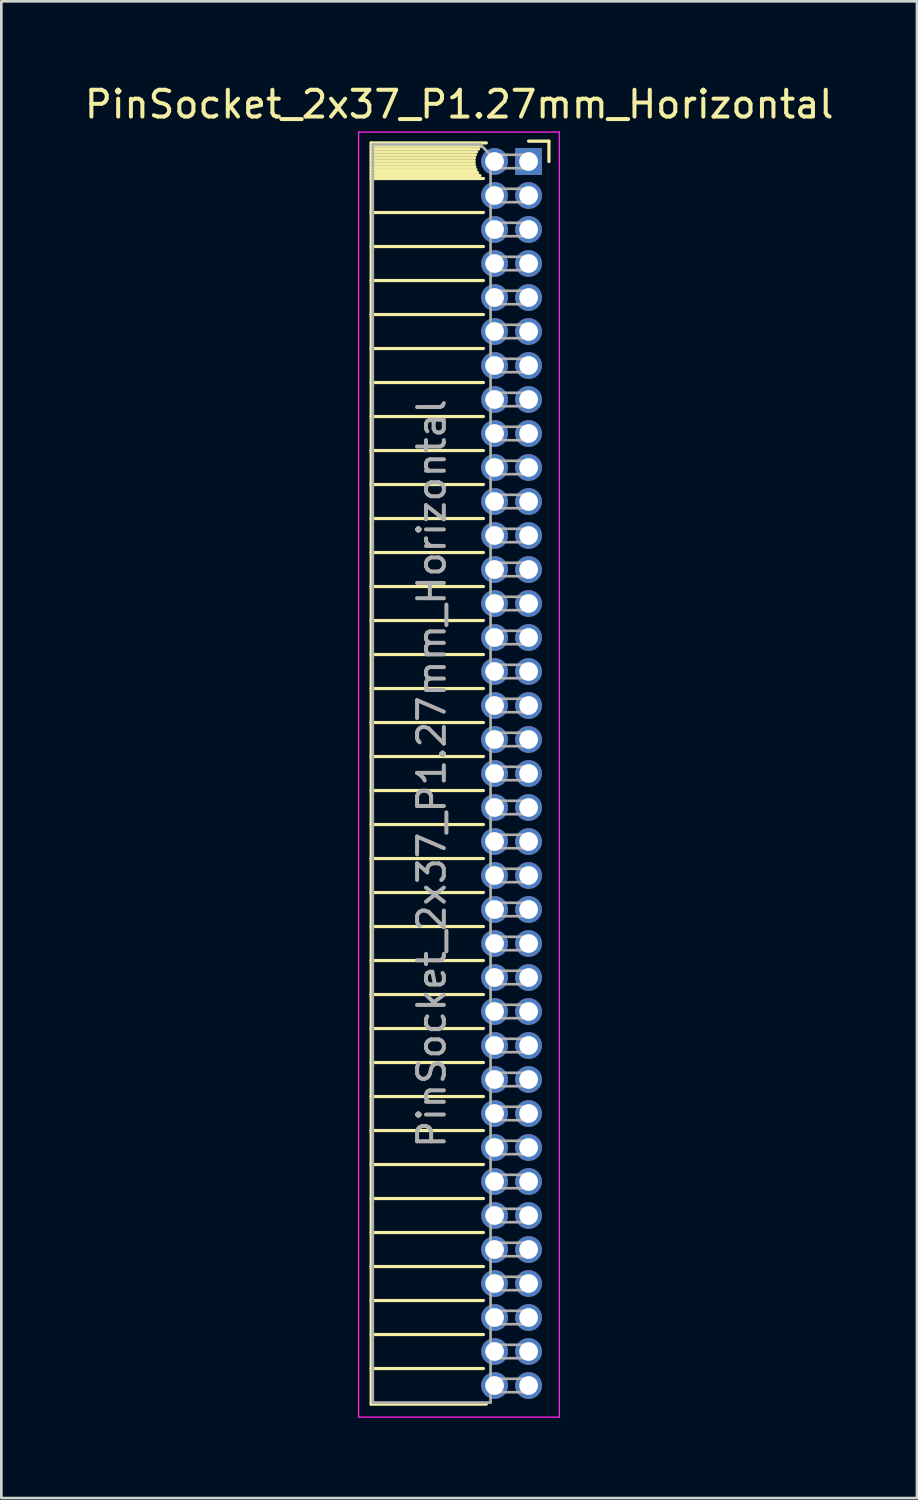
<source format=kicad_pcb>
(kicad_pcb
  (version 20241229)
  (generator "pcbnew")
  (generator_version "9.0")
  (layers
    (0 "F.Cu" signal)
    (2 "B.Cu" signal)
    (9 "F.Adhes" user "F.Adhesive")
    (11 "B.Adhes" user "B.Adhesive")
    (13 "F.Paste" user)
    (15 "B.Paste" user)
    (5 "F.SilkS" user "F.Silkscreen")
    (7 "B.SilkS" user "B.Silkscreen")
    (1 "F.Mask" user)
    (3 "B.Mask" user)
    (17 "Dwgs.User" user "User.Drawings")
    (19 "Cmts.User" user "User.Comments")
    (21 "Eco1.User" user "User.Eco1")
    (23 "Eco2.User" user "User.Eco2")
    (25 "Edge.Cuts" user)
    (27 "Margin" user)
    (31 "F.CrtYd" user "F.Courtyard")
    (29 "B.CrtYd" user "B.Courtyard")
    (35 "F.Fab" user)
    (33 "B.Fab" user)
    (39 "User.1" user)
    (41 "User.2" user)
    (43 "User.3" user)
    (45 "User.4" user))
  (footprint "PinSocket_2x37_P1.27mm_Horizontal"
    (layer "F.Cu")
    (at 16.694 2.983)
    (property "Reference" "PinSocket_2x37_P1.27mm_Horizontal" (at -2.592 -2.135 0) (layer "F.SilkS") (effects (font (size 1 1) (thickness 0.15))))
    (attr through_hole)
    (fp_line (start -5.88 -0.695) (end -5.88 46.415) (stroke (width 0.12) (type solid)) (layer "F.SilkS"))
    (fp_line (start -5.88 -0.695) (end -1.578 -0.695) (stroke (width 0.12) (type solid)) (layer "F.SilkS"))
    (fp_line (start -5.88 -0.575) (end -1.767 -0.575) (stroke (width 0.12) (type solid)) (layer "F.SilkS"))
    (fp_line (start -5.88 -0.465) (end -1.871 -0.465) (stroke (width 0.12) (type solid)) (layer "F.SilkS"))
    (fp_line (start -5.88 -0.355) (end -1.942 -0.355) (stroke (width 0.12) (type solid)) (layer "F.SilkS"))
    (fp_line (start -5.88 -0.245) (end -1.989 -0.245) (stroke (width 0.12) (type solid)) (layer "F.SilkS"))
    (fp_line (start -5.88 -0.135) (end -2.018 -0.135) (stroke (width 0.12) (type solid)) (layer "F.SilkS"))
    (fp_line (start -5.88 -0.025) (end -2.03 -0.025) (stroke (width 0.12) (type solid)) (layer "F.SilkS"))
    (fp_line (start -5.88 0.085) (end -2.025 0.085) (stroke (width 0.12) (type solid)) (layer "F.SilkS"))
    (fp_line (start -5.88 0.195) (end -2.005 0.195) (stroke (width 0.12) (type solid)) (layer "F.SilkS"))
    (fp_line (start -5.88 0.305) (end -1.966 0.305) (stroke (width 0.12) (type solid)) (layer "F.SilkS"))
    (fp_line (start -5.88 0.415) (end -1.907 0.415) (stroke (width 0.12) (type solid)) (layer "F.SilkS"))
    (fp_line (start -5.88 0.525) (end -1.82 0.525) (stroke (width 0.12) (type solid)) (layer "F.SilkS"))
    (fp_line (start -5.88 0.635) (end -1.688 0.635) (stroke (width 0.12) (type solid)) (layer "F.SilkS"))
    (fp_line (start -5.88 1.905) (end -1.688 1.905) (stroke (width 0.12) (type solid)) (layer "F.SilkS"))
    (fp_line (start -5.88 3.175) (end -1.688 3.175) (stroke (width 0.12) (type solid)) (layer "F.SilkS"))
    (fp_line (start -5.88 4.445) (end -1.688 4.445) (stroke (width 0.12) (type solid)) (layer "F.SilkS"))
    (fp_line (start -5.88 5.715) (end -1.688 5.715) (stroke (width 0.12) (type solid)) (layer "F.SilkS"))
    (fp_line (start -5.88 6.985) (end -1.688 6.985) (stroke (width 0.12) (type solid)) (layer "F.SilkS"))
    (fp_line (start -5.88 8.255) (end -1.688 8.255) (stroke (width 0.12) (type solid)) (layer "F.SilkS"))
    (fp_line (start -5.88 9.525) (end -1.688 9.525) (stroke (width 0.12) (type solid)) (layer "F.SilkS"))
    (fp_line (start -5.88 10.795) (end -1.688 10.795) (stroke (width 0.12) (type solid)) (layer "F.SilkS"))
    (fp_line (start -5.88 12.065) (end -1.688 12.065) (stroke (width 0.12) (type solid)) (layer "F.SilkS"))
    (fp_line (start -5.88 13.335) (end -1.688 13.335) (stroke (width 0.12) (type solid)) (layer "F.SilkS"))
    (fp_line (start -5.88 14.605) (end -1.688 14.605) (stroke (width 0.12) (type solid)) (layer "F.SilkS"))
    (fp_line (start -5.88 15.875) (end -1.688 15.875) (stroke (width 0.12) (type solid)) (layer "F.SilkS"))
    (fp_line (start -5.88 17.145) (end -1.688 17.145) (stroke (width 0.12) (type solid)) (layer "F.SilkS"))
    (fp_line (start -5.88 18.415) (end -1.688 18.415) (stroke (width 0.12) (type solid)) (layer "F.SilkS"))
    (fp_line (start -5.88 19.685) (end -1.688 19.685) (stroke (width 0.12) (type solid)) (layer "F.SilkS"))
    (fp_line (start -5.88 20.955) (end -1.688 20.955) (stroke (width 0.12) (type solid)) (layer "F.SilkS"))
    (fp_line (start -5.88 22.225) (end -1.688 22.225) (stroke (width 0.12) (type solid)) (layer "F.SilkS"))
    (fp_line (start -5.88 23.495) (end -1.688 23.495) (stroke (width 0.12) (type solid)) (layer "F.SilkS"))
    (fp_line (start -5.88 24.765) (end -1.688 24.765) (stroke (width 0.12) (type solid)) (layer "F.SilkS"))
    (fp_line (start -5.88 26.035) (end -1.688 26.035) (stroke (width 0.12) (type solid)) (layer "F.SilkS"))
    (fp_line (start -5.88 27.305) (end -1.688 27.305) (stroke (width 0.12) (type solid)) (layer "F.SilkS"))
    (fp_line (start -5.88 28.575) (end -1.688 28.575) (stroke (width 0.12) (type solid)) (layer "F.SilkS"))
    (fp_line (start -5.88 29.845) (end -1.688 29.845) (stroke (width 0.12) (type solid)) (layer "F.SilkS"))
    (fp_line (start -5.88 31.115) (end -1.688 31.115) (stroke (width 0.12) (type solid)) (layer "F.SilkS"))
    (fp_line (start -5.88 32.385) (end -1.688 32.385) (stroke (width 0.12) (type solid)) (layer "F.SilkS"))
    (fp_line (start -5.88 33.655) (end -1.688 33.655) (stroke (width 0.12) (type solid)) (layer "F.SilkS"))
    (fp_line (start -5.88 34.925) (end -1.688 34.925) (stroke (width 0.12) (type solid)) (layer "F.SilkS"))
    (fp_line (start -5.88 36.195) (end -1.688 36.195) (stroke (width 0.12) (type solid)) (layer "F.SilkS"))
    (fp_line (start -5.88 37.465) (end -1.688 37.465) (stroke (width 0.12) (type solid)) (layer "F.SilkS"))
    (fp_line (start -5.88 38.735) (end -1.688 38.735) (stroke (width 0.12) (type solid)) (layer "F.SilkS"))
    (fp_line (start -5.88 40.005) (end -1.688 40.005) (stroke (width 0.12) (type solid)) (layer "F.SilkS"))
    (fp_line (start -5.88 41.275) (end -1.688 41.275) (stroke (width 0.12) (type solid)) (layer "F.SilkS"))
    (fp_line (start -5.88 42.545) (end -1.688 42.545) (stroke (width 0.12) (type solid)) (layer "F.SilkS"))
    (fp_line (start -5.88 43.815) (end -1.688 43.815) (stroke (width 0.12) (type solid)) (layer "F.SilkS"))
    (fp_line (start -5.88 45.085) (end -1.688 45.085) (stroke (width 0.12) (type solid)) (layer "F.SilkS"))
    (fp_line (start -5.88 46.415) (end -1.578 46.415) (stroke (width 0.12) (type solid)) (layer "F.SilkS"))
    (fp_line (start 0 -0.76) (end 0.76 -0.76) (stroke (width 0.12) (type solid)) (layer "F.SilkS"))
    (fp_line (start 0.76 -0.76) (end 0.76 0) (stroke (width 0.12) (type solid)) (layer "F.SilkS"))
    (fp_line (start -6.35 -1.1) (end -6.35 46.9) (stroke (width 0.05) (type solid)) (layer "F.CrtYd"))
    (fp_line (start -6.35 46.9) (end 1.15 46.9) (stroke (width 0.05) (type solid)) (layer "F.CrtYd"))
    (fp_line (start 1.15 -1.1) (end -6.35 -1.1) (stroke (width 0.05) (type solid)) (layer "F.CrtYd"))
    (fp_line (start 1.15 46.9) (end 1.15 -1.1) (stroke (width 0.05) (type solid)) (layer "F.CrtYd"))
    (fp_line (start -5.82 -0.635) (end -1.805 -0.635) (stroke (width 0.1) (type solid)) (layer "F.Fab"))
    (fp_line (start -5.82 46.355) (end -5.82 -0.635) (stroke (width 0.1) (type solid)) (layer "F.Fab"))
    (fp_line (start -1.805 -0.635) (end -1.42 -0.25) (stroke (width 0.1) (type solid)) (layer "F.Fab"))
    (fp_line (start -1.42 -0.25) (end -1.42 46.355) (stroke (width 0.1) (type solid)) (layer "F.Fab"))
    (fp_line (start -1.42 0.25) (end 0 0.25) (stroke (width 0.1) (type solid)) (layer "F.Fab"))
    (fp_line (start -1.42 1.52) (end 0 1.52) (stroke (width 0.1) (type solid)) (layer "F.Fab"))
    (fp_line (start -1.42 2.79) (end 0 2.79) (stroke (width 0.1) (type solid)) (layer "F.Fab"))
    (fp_line (start -1.42 4.06) (end 0 4.06) (stroke (width 0.1) (type solid)) (layer "F.Fab"))
    (fp_line (start -1.42 5.33) (end 0 5.33) (stroke (width 0.1) (type solid)) (layer "F.Fab"))
    (fp_line (start -1.42 6.6) (end 0 6.6) (stroke (width 0.1) (type solid)) (layer "F.Fab"))
    (fp_line (start -1.42 7.87) (end 0 7.87) (stroke (width 0.1) (type solid)) (layer "F.Fab"))
    (fp_line (start -1.42 9.14) (end 0 9.14) (stroke (width 0.1) (type solid)) (layer "F.Fab"))
    (fp_line (start -1.42 10.41) (end 0 10.41) (stroke (width 0.1) (type solid)) (layer "F.Fab"))
    (fp_line (start -1.42 11.68) (end 0 11.68) (stroke (width 0.1) (type solid)) (layer "F.Fab"))
    (fp_line (start -1.42 12.95) (end 0 12.95) (stroke (width 0.1) (type solid)) (layer "F.Fab"))
    (fp_line (start -1.42 14.22) (end 0 14.22) (stroke (width 0.1) (type solid)) (layer "F.Fab"))
    (fp_line (start -1.42 15.49) (end 0 15.49) (stroke (width 0.1) (type solid)) (layer "F.Fab"))
    (fp_line (start -1.42 16.76) (end 0 16.76) (stroke (width 0.1) (type solid)) (layer "F.Fab"))
    (fp_line (start -1.42 18.03) (end 0 18.03) (stroke (width 0.1) (type solid)) (layer "F.Fab"))
    (fp_line (start -1.42 19.3) (end 0 19.3) (stroke (width 0.1) (type solid)) (layer "F.Fab"))
    (fp_line (start -1.42 20.57) (end 0 20.57) (stroke (width 0.1) (type solid)) (layer "F.Fab"))
    (fp_line (start -1.42 21.84) (end 0 21.84) (stroke (width 0.1) (type solid)) (layer "F.Fab"))
    (fp_line (start -1.42 23.11) (end 0 23.11) (stroke (width 0.1) (type solid)) (layer "F.Fab"))
    (fp_line (start -1.42 24.38) (end 0 24.38) (stroke (width 0.1) (type solid)) (layer "F.Fab"))
    (fp_line (start -1.42 25.65) (end 0 25.65) (stroke (width 0.1) (type solid)) (layer "F.Fab"))
    (fp_line (start -1.42 26.92) (end 0 26.92) (stroke (width 0.1) (type solid)) (layer "F.Fab"))
    (fp_line (start -1.42 28.19) (end 0 28.19) (stroke (width 0.1) (type solid)) (layer "F.Fab"))
    (fp_line (start -1.42 29.46) (end 0 29.46) (stroke (width 0.1) (type solid)) (layer "F.Fab"))
    (fp_line (start -1.42 30.73) (end 0 30.73) (stroke (width 0.1) (type solid)) (layer "F.Fab"))
    (fp_line (start -1.42 32) (end 0 32) (stroke (width 0.1) (type solid)) (layer "F.Fab"))
    (fp_line (start -1.42 33.27) (end 0 33.27) (stroke (width 0.1) (type solid)) (layer "F.Fab"))
    (fp_line (start -1.42 34.54) (end 0 34.54) (stroke (width 0.1) (type solid)) (layer "F.Fab"))
    (fp_line (start -1.42 35.81) (end 0 35.81) (stroke (width 0.1) (type solid)) (layer "F.Fab"))
    (fp_line (start -1.42 37.08) (end 0 37.08) (stroke (width 0.1) (type solid)) (layer "F.Fab"))
    (fp_line (start -1.42 38.35) (end 0 38.35) (stroke (width 0.1) (type solid)) (layer "F.Fab"))
    (fp_line (start -1.42 39.62) (end 0 39.62) (stroke (width 0.1) (type solid)) (layer "F.Fab"))
    (fp_line (start -1.42 40.89) (end 0 40.89) (stroke (width 0.1) (type solid)) (layer "F.Fab"))
    (fp_line (start -1.42 42.16) (end 0 42.16) (stroke (width 0.1) (type solid)) (layer "F.Fab"))
    (fp_line (start -1.42 43.43) (end 0 43.43) (stroke (width 0.1) (type solid)) (layer "F.Fab"))
    (fp_line (start -1.42 44.7) (end 0 44.7) (stroke (width 0.1) (type solid)) (layer "F.Fab"))
    (fp_line (start -1.42 45.97) (end 0 45.97) (stroke (width 0.1) (type solid)) (layer "F.Fab"))
    (fp_line (start -1.42 46.355) (end -5.82 46.355) (stroke (width 0.1) (type solid)) (layer "F.Fab"))
    (fp_line (start 0 -0.25) (end -1.42 -0.25) (stroke (width 0.1) (type solid)) (layer "F.Fab"))
    (fp_line (start 0 0.25) (end 0 -0.25) (stroke (width 0.1) (type solid)) (layer "F.Fab"))
    (fp_line (start 0 1.02) (end -1.42 1.02) (stroke (width 0.1) (type solid)) (layer "F.Fab"))
    (fp_line (start 0 1.52) (end 0 1.02) (stroke (width 0.1) (type solid)) (layer "F.Fab"))
    (fp_line (start 0 2.29) (end -1.42 2.29) (stroke (width 0.1) (type solid)) (layer "F.Fab"))
    (fp_line (start 0 2.79) (end 0 2.29) (stroke (width 0.1) (type solid)) (layer "F.Fab"))
    (fp_line (start 0 3.56) (end -1.42 3.56) (stroke (width 0.1) (type solid)) (layer "F.Fab"))
    (fp_line (start 0 4.06) (end 0 3.56) (stroke (width 0.1) (type solid)) (layer "F.Fab"))
    (fp_line (start 0 4.83) (end -1.42 4.83) (stroke (width 0.1) (type solid)) (layer "F.Fab"))
    (fp_line (start 0 5.33) (end 0 4.83) (stroke (width 0.1) (type solid)) (layer "F.Fab"))
    (fp_line (start 0 6.1) (end -1.42 6.1) (stroke (width 0.1) (type solid)) (layer "F.Fab"))
    (fp_line (start 0 6.6) (end 0 6.1) (stroke (width 0.1) (type solid)) (layer "F.Fab"))
    (fp_line (start 0 7.37) (end -1.42 7.37) (stroke (width 0.1) (type solid)) (layer "F.Fab"))
    (fp_line (start 0 7.87) (end 0 7.37) (stroke (width 0.1) (type solid)) (layer "F.Fab"))
    (fp_line (start 0 8.64) (end -1.42 8.64) (stroke (width 0.1) (type solid)) (layer "F.Fab"))
    (fp_line (start 0 9.14) (end 0 8.64) (stroke (width 0.1) (type solid)) (layer "F.Fab"))
    (fp_line (start 0 9.91) (end -1.42 9.91) (stroke (width 0.1) (type solid)) (layer "F.Fab"))
    (fp_line (start 0 10.41) (end 0 9.91) (stroke (width 0.1) (type solid)) (layer "F.Fab"))
    (fp_line (start 0 11.18) (end -1.42 11.18) (stroke (width 0.1) (type solid)) (layer "F.Fab"))
    (fp_line (start 0 11.68) (end 0 11.18) (stroke (width 0.1) (type solid)) (layer "F.Fab"))
    (fp_line (start 0 12.45) (end -1.42 12.45) (stroke (width 0.1) (type solid)) (layer "F.Fab"))
    (fp_line (start 0 12.95) (end 0 12.45) (stroke (width 0.1) (type solid)) (layer "F.Fab"))
    (fp_line (start 0 13.72) (end -1.42 13.72) (stroke (width 0.1) (type solid)) (layer "F.Fab"))
    (fp_line (start 0 14.22) (end 0 13.72) (stroke (width 0.1) (type solid)) (layer "F.Fab"))
    (fp_line (start 0 14.99) (end -1.42 14.99) (stroke (width 0.1) (type solid)) (layer "F.Fab"))
    (fp_line (start 0 15.49) (end 0 14.99) (stroke (width 0.1) (type solid)) (layer "F.Fab"))
    (fp_line (start 0 16.26) (end -1.42 16.26) (stroke (width 0.1) (type solid)) (layer "F.Fab"))
    (fp_line (start 0 16.76) (end 0 16.26) (stroke (width 0.1) (type solid)) (layer "F.Fab"))
    (fp_line (start 0 17.53) (end -1.42 17.53) (stroke (width 0.1) (type solid)) (layer "F.Fab"))
    (fp_line (start 0 18.03) (end 0 17.53) (stroke (width 0.1) (type solid)) (layer "F.Fab"))
    (fp_line (start 0 18.8) (end -1.42 18.8) (stroke (width 0.1) (type solid)) (layer "F.Fab"))
    (fp_line (start 0 19.3) (end 0 18.8) (stroke (width 0.1) (type solid)) (layer "F.Fab"))
    (fp_line (start 0 20.07) (end -1.42 20.07) (stroke (width 0.1) (type solid)) (layer "F.Fab"))
    (fp_line (start 0 20.57) (end 0 20.07) (stroke (width 0.1) (type solid)) (layer "F.Fab"))
    (fp_line (start 0 21.34) (end -1.42 21.34) (stroke (width 0.1) (type solid)) (layer "F.Fab"))
    (fp_line (start 0 21.84) (end 0 21.34) (stroke (width 0.1) (type solid)) (layer "F.Fab"))
    (fp_line (start 0 22.61) (end -1.42 22.61) (stroke (width 0.1) (type solid)) (layer "F.Fab"))
    (fp_line (start 0 23.11) (end 0 22.61) (stroke (width 0.1) (type solid)) (layer "F.Fab"))
    (fp_line (start 0 23.88) (end -1.42 23.88) (stroke (width 0.1) (type solid)) (layer "F.Fab"))
    (fp_line (start 0 24.38) (end 0 23.88) (stroke (width 0.1) (type solid)) (layer "F.Fab"))
    (fp_line (start 0 25.15) (end -1.42 25.15) (stroke (width 0.1) (type solid)) (layer "F.Fab"))
    (fp_line (start 0 25.65) (end 0 25.15) (stroke (width 0.1) (type solid)) (layer "F.Fab"))
    (fp_line (start 0 26.42) (end -1.42 26.42) (stroke (width 0.1) (type solid)) (layer "F.Fab"))
    (fp_line (start 0 26.92) (end 0 26.42) (stroke (width 0.1) (type solid)) (layer "F.Fab"))
    (fp_line (start 0 27.69) (end -1.42 27.69) (stroke (width 0.1) (type solid)) (layer "F.Fab"))
    (fp_line (start 0 28.19) (end 0 27.69) (stroke (width 0.1) (type solid)) (layer "F.Fab"))
    (fp_line (start 0 28.96) (end -1.42 28.96) (stroke (width 0.1) (type solid)) (layer "F.Fab"))
    (fp_line (start 0 29.46) (end 0 28.96) (stroke (width 0.1) (type solid)) (layer "F.Fab"))
    (fp_line (start 0 30.23) (end -1.42 30.23) (stroke (width 0.1) (type solid)) (layer "F.Fab"))
    (fp_line (start 0 30.73) (end 0 30.23) (stroke (width 0.1) (type solid)) (layer "F.Fab"))
    (fp_line (start 0 31.5) (end -1.42 31.5) (stroke (width 0.1) (type solid)) (layer "F.Fab"))
    (fp_line (start 0 32) (end 0 31.5) (stroke (width 0.1) (type solid)) (layer "F.Fab"))
    (fp_line (start 0 32.77) (end -1.42 32.77) (stroke (width 0.1) (type solid)) (layer "F.Fab"))
    (fp_line (start 0 33.27) (end 0 32.77) (stroke (width 0.1) (type solid)) (layer "F.Fab"))
    (fp_line (start 0 34.04) (end -1.42 34.04) (stroke (width 0.1) (type solid)) (layer "F.Fab"))
    (fp_line (start 0 34.54) (end 0 34.04) (stroke (width 0.1) (type solid)) (layer "F.Fab"))
    (fp_line (start 0 35.31) (end -1.42 35.31) (stroke (width 0.1) (type solid)) (layer "F.Fab"))
    (fp_line (start 0 35.81) (end 0 35.31) (stroke (width 0.1) (type solid)) (layer "F.Fab"))
    (fp_line (start 0 36.58) (end -1.42 36.58) (stroke (width 0.1) (type solid)) (layer "F.Fab"))
    (fp_line (start 0 37.08) (end 0 36.58) (stroke (width 0.1) (type solid)) (layer "F.Fab"))
    (fp_line (start 0 37.85) (end -1.42 37.85) (stroke (width 0.1) (type solid)) (layer "F.Fab"))
    (fp_line (start 0 38.35) (end 0 37.85) (stroke (width 0.1) (type solid)) (layer "F.Fab"))
    (fp_line (start 0 39.12) (end -1.42 39.12) (stroke (width 0.1) (type solid)) (layer "F.Fab"))
    (fp_line (start 0 39.62) (end 0 39.12) (stroke (width 0.1) (type solid)) (layer "F.Fab"))
    (fp_line (start 0 40.39) (end -1.42 40.39) (stroke (width 0.1) (type solid)) (layer "F.Fab"))
    (fp_line (start 0 40.89) (end 0 40.39) (stroke (width 0.1) (type solid)) (layer "F.Fab"))
    (fp_line (start 0 41.66) (end -1.42 41.66) (stroke (width 0.1) (type solid)) (layer "F.Fab"))
    (fp_line (start 0 42.16) (end 0 41.66) (stroke (width 0.1) (type solid)) (layer "F.Fab"))
    (fp_line (start 0 42.93) (end -1.42 42.93) (stroke (width 0.1) (type solid)) (layer "F.Fab"))
    (fp_line (start 0 43.43) (end 0 42.93) (stroke (width 0.1) (type solid)) (layer "F.Fab"))
    (fp_line (start 0 44.2) (end -1.42 44.2) (stroke (width 0.1) (type solid)) (layer "F.Fab"))
    (fp_line (start 0 44.7) (end 0 44.2) (stroke (width 0.1) (type solid)) (layer "F.Fab"))
    (fp_line (start 0 45.47) (end -1.42 45.47) (stroke (width 0.1) (type solid)) (layer "F.Fab"))
    (fp_line (start 0 45.97) (end 0 45.47) (stroke (width 0.1) (type solid)) (layer "F.Fab"))
    (fp_text user "${REFERENCE}" (at -3.62 22.86 90) (layer "F.Fab") (effects (font (size 1 1) (thickness 0.15))))
    (pad "1" thru_hole rect (at 0 0) (size 1 1) (drill 0.7) (layers "*.Cu" "*.Mask"))
    (pad "2" thru_hole oval (at -1.27 0) (size 1 1) (drill 0.7) (layers "*.Cu" "*.Mask"))
    (pad "3" thru_hole oval (at 0 1.27) (size 1 1) (drill 0.7) (layers "*.Cu" "*.Mask"))
    (pad "4" thru_hole oval (at -1.27 1.27) (size 1 1) (drill 0.7) (layers "*.Cu" "*.Mask"))
    (pad "5" thru_hole oval (at 0 2.54) (size 1 1) (drill 0.7) (layers "*.Cu" "*.Mask"))
    (pad "6" thru_hole oval (at -1.27 2.54) (size 1 1) (drill 0.7) (layers "*.Cu" "*.Mask"))
    (pad "7" thru_hole oval (at 0 3.81) (size 1 1) (drill 0.7) (layers "*.Cu" "*.Mask"))
    (pad "8" thru_hole oval (at -1.27 3.81) (size 1 1) (drill 0.7) (layers "*.Cu" "*.Mask"))
    (pad "9" thru_hole oval (at 0 5.08) (size 1 1) (drill 0.7) (layers "*.Cu" "*.Mask"))
    (pad "10" thru_hole oval (at -1.27 5.08) (size 1 1) (drill 0.7) (layers "*.Cu" "*.Mask"))
    (pad "11" thru_hole oval (at 0 6.35) (size 1 1) (drill 0.7) (layers "*.Cu" "*.Mask"))
    (pad "12" thru_hole oval (at -1.27 6.35) (size 1 1) (drill 0.7) (layers "*.Cu" "*.Mask"))
    (pad "13" thru_hole oval (at 0 7.62) (size 1 1) (drill 0.7) (layers "*.Cu" "*.Mask"))
    (pad "14" thru_hole oval (at -1.27 7.62) (size 1 1) (drill 0.7) (layers "*.Cu" "*.Mask"))
    (pad "15" thru_hole oval (at 0 8.89) (size 1 1) (drill 0.7) (layers "*.Cu" "*.Mask"))
    (pad "16" thru_hole oval (at -1.27 8.89) (size 1 1) (drill 0.7) (layers "*.Cu" "*.Mask"))
    (pad "17" thru_hole oval (at 0 10.16) (size 1 1) (drill 0.7) (layers "*.Cu" "*.Mask"))
    (pad "18" thru_hole oval (at -1.27 10.16) (size 1 1) (drill 0.7) (layers "*.Cu" "*.Mask"))
    (pad "19" thru_hole oval (at 0 11.43) (size 1 1) (drill 0.7) (layers "*.Cu" "*.Mask"))
    (pad "20" thru_hole oval (at -1.27 11.43) (size 1 1) (drill 0.7) (layers "*.Cu" "*.Mask"))
    (pad "21" thru_hole oval (at 0 12.7) (size 1 1) (drill 0.7) (layers "*.Cu" "*.Mask"))
    (pad "22" thru_hole oval (at -1.27 12.7) (size 1 1) (drill 0.7) (layers "*.Cu" "*.Mask"))
    (pad "23" thru_hole oval (at 0 13.97) (size 1 1) (drill 0.7) (layers "*.Cu" "*.Mask"))
    (pad "24" thru_hole oval (at -1.27 13.97) (size 1 1) (drill 0.7) (layers "*.Cu" "*.Mask"))
    (pad "25" thru_hole oval (at 0 15.24) (size 1 1) (drill 0.7) (layers "*.Cu" "*.Mask"))
    (pad "26" thru_hole oval (at -1.27 15.24) (size 1 1) (drill 0.7) (layers "*.Cu" "*.Mask"))
    (pad "27" thru_hole oval (at 0 16.51) (size 1 1) (drill 0.7) (layers "*.Cu" "*.Mask"))
    (pad "28" thru_hole oval (at -1.27 16.51) (size 1 1) (drill 0.7) (layers "*.Cu" "*.Mask"))
    (pad "29" thru_hole oval (at 0 17.78) (size 1 1) (drill 0.7) (layers "*.Cu" "*.Mask"))
    (pad "30" thru_hole oval (at -1.27 17.78) (size 1 1) (drill 0.7) (layers "*.Cu" "*.Mask"))
    (pad "31" thru_hole oval (at 0 19.05) (size 1 1) (drill 0.7) (layers "*.Cu" "*.Mask"))
    (pad "32" thru_hole oval (at -1.27 19.05) (size 1 1) (drill 0.7) (layers "*.Cu" "*.Mask"))
    (pad "33" thru_hole oval (at 0 20.32) (size 1 1) (drill 0.7) (layers "*.Cu" "*.Mask"))
    (pad "34" thru_hole oval (at -1.27 20.32) (size 1 1) (drill 0.7) (layers "*.Cu" "*.Mask"))
    (pad "35" thru_hole oval (at 0 21.59) (size 1 1) (drill 0.7) (layers "*.Cu" "*.Mask"))
    (pad "36" thru_hole oval (at -1.27 21.59) (size 1 1) (drill 0.7) (layers "*.Cu" "*.Mask"))
    (pad "37" thru_hole oval (at 0 22.86) (size 1 1) (drill 0.7) (layers "*.Cu" "*.Mask"))
    (pad "38" thru_hole oval (at -1.27 22.86) (size 1 1) (drill 0.7) (layers "*.Cu" "*.Mask"))
    (pad "39" thru_hole oval (at 0 24.13) (size 1 1) (drill 0.7) (layers "*.Cu" "*.Mask"))
    (pad "40" thru_hole oval (at -1.27 24.13) (size 1 1) (drill 0.7) (layers "*.Cu" "*.Mask"))
    (pad "41" thru_hole oval (at 0 25.4) (size 1 1) (drill 0.7) (layers "*.Cu" "*.Mask"))
    (pad "42" thru_hole oval (at -1.27 25.4) (size 1 1) (drill 0.7) (layers "*.Cu" "*.Mask"))
    (pad "43" thru_hole oval (at 0 26.67) (size 1 1) (drill 0.7) (layers "*.Cu" "*.Mask"))
    (pad "44" thru_hole oval (at -1.27 26.67) (size 1 1) (drill 0.7) (layers "*.Cu" "*.Mask"))
    (pad "45" thru_hole oval (at 0 27.94) (size 1 1) (drill 0.7) (layers "*.Cu" "*.Mask"))
    (pad "46" thru_hole oval (at -1.27 27.94) (size 1 1) (drill 0.7) (layers "*.Cu" "*.Mask"))
    (pad "47" thru_hole oval (at 0 29.21) (size 1 1) (drill 0.7) (layers "*.Cu" "*.Mask"))
    (pad "48" thru_hole oval (at -1.27 29.21) (size 1 1) (drill 0.7) (layers "*.Cu" "*.Mask"))
    (pad "49" thru_hole oval (at 0 30.48) (size 1 1) (drill 0.7) (layers "*.Cu" "*.Mask"))
    (pad "50" thru_hole oval (at -1.27 30.48) (size 1 1) (drill 0.7) (layers "*.Cu" "*.Mask"))
    (pad "51" thru_hole oval (at 0 31.75) (size 1 1) (drill 0.7) (layers "*.Cu" "*.Mask"))
    (pad "52" thru_hole oval (at -1.27 31.75) (size 1 1) (drill 0.7) (layers "*.Cu" "*.Mask"))
    (pad "53" thru_hole oval (at 0 33.02) (size 1 1) (drill 0.7) (layers "*.Cu" "*.Mask"))
    (pad "54" thru_hole oval (at -1.27 33.02) (size 1 1) (drill 0.7) (layers "*.Cu" "*.Mask"))
    (pad "55" thru_hole oval (at 0 34.29) (size 1 1) (drill 0.7) (layers "*.Cu" "*.Mask"))
    (pad "56" thru_hole oval (at -1.27 34.29) (size 1 1) (drill 0.7) (layers "*.Cu" "*.Mask"))
    (pad "57" thru_hole oval (at 0 35.56) (size 1 1) (drill 0.7) (layers "*.Cu" "*.Mask"))
    (pad "58" thru_hole oval (at -1.27 35.56) (size 1 1) (drill 0.7) (layers "*.Cu" "*.Mask"))
    (pad "59" thru_hole oval (at 0 36.83) (size 1 1) (drill 0.7) (layers "*.Cu" "*.Mask"))
    (pad "60" thru_hole oval (at -1.27 36.83) (size 1 1) (drill 0.7) (layers "*.Cu" "*.Mask"))
    (pad "61" thru_hole oval (at 0 38.1) (size 1 1) (drill 0.7) (layers "*.Cu" "*.Mask"))
    (pad "62" thru_hole oval (at -1.27 38.1) (size 1 1) (drill 0.7) (layers "*.Cu" "*.Mask"))
    (pad "63" thru_hole oval (at 0 39.37) (size 1 1) (drill 0.7) (layers "*.Cu" "*.Mask"))
    (pad "64" thru_hole oval (at -1.27 39.37) (size 1 1) (drill 0.7) (layers "*.Cu" "*.Mask"))
    (pad "65" thru_hole oval (at 0 40.64) (size 1 1) (drill 0.7) (layers "*.Cu" "*.Mask"))
    (pad "66" thru_hole oval (at -1.27 40.64) (size 1 1) (drill 0.7) (layers "*.Cu" "*.Mask"))
    (pad "67" thru_hole oval (at 0 41.91) (size 1 1) (drill 0.7) (layers "*.Cu" "*.Mask"))
    (pad "68" thru_hole oval (at -1.27 41.91) (size 1 1) (drill 0.7) (layers "*.Cu" "*.Mask"))
    (pad "69" thru_hole oval (at 0 43.18) (size 1 1) (drill 0.7) (layers "*.Cu" "*.Mask"))
    (pad "70" thru_hole oval (at -1.27 43.18) (size 1 1) (drill 0.7) (layers "*.Cu" "*.Mask"))
    (pad "71" thru_hole oval (at 0 44.45) (size 1 1) (drill 0.7) (layers "*.Cu" "*.Mask"))
    (pad "72" thru_hole oval (at -1.27 44.45) (size 1 1) (drill 0.7) (layers "*.Cu" "*.Mask"))
    (pad "73" thru_hole oval (at 0 45.72) (size 1 1) (drill 0.7) (layers "*.Cu" "*.Mask"))
    (pad "74" thru_hole oval (at -1.27 45.72) (size 1 1) (drill 0.7) (layers "*.Cu" "*.Mask")))
  (gr_rect
    (start -3 -3)
    (end 31.202 52.908)
    (stroke (width 0.1) (type default))
    (fill no)
    (layer "Edge.Cuts")))
</source>
